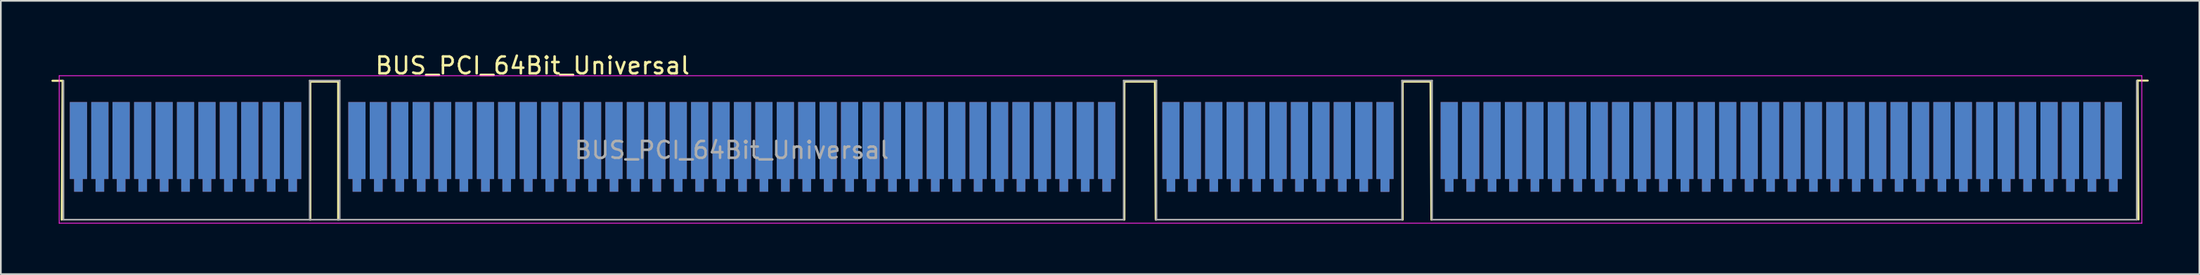
<source format=kicad_pcb>
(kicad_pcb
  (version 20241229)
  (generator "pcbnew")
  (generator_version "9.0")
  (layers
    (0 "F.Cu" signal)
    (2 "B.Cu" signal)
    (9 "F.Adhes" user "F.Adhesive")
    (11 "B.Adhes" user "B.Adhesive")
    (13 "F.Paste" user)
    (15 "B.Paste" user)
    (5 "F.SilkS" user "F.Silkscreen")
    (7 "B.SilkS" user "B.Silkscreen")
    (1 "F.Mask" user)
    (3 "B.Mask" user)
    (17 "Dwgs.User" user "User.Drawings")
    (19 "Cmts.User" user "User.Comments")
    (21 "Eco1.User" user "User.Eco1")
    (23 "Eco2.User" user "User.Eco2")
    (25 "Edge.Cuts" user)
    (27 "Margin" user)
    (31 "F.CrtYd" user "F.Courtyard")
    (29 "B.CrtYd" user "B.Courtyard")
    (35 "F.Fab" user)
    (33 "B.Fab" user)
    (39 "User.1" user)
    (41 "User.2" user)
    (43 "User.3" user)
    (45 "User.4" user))
  (footprint "BUS_PCI_64Bit_Universal"
    (layer "F.Cu")
    (at 40.33 6.628)
    (property "Reference" "BUS_PCI_64Bit_Universal" (at -11.81 -5.78 0) (layer "F.SilkS") (effects (font (size 1 1) (thickness 0.15))))
    (attr exclude_from_pos_files exclude_from_bom)
    (fp_line (start -40.27 -4.88) (end -39.67 -4.88) (stroke (width 0.12) (type solid)) (layer "F.SilkS"))
    (fp_line (start -39.67 -4.88) (end -39.72 3.37) (stroke (width 0.12) (type solid)) (layer "F.SilkS"))
    (fp_line (start -24.981 -4.83) (end -23.331 -4.83) (stroke (width 0.12) (type solid)) (layer "F.SilkS"))
    (fp_line (start -24.981 3.37) (end -24.981 -4.83) (stroke (width 0.12) (type solid)) (layer "F.SilkS"))
    (fp_line (start -23.331 -4.83) (end -23.331 3.37) (stroke (width 0.12) (type solid)) (layer "F.SilkS"))
    (fp_line (start 23.28 -4.83) (end 25.09 -4.83) (stroke (width 0.12) (type solid)) (layer "F.SilkS"))
    (fp_line (start 23.28 3.37) (end 23.28 -4.83) (stroke (width 0.12) (type solid)) (layer "F.SilkS"))
    (fp_line (start 25.09 -4.83) (end 25.14 3.37) (stroke (width 0.12) (type solid)) (layer "F.SilkS"))
    (fp_line (start 39.78 -4.83) (end 41.43 -4.83) (stroke (width 0.12) (type solid)) (layer "F.SilkS"))
    (fp_line (start 39.78 3.37) (end 39.78 -4.83) (stroke (width 0.12) (type solid)) (layer "F.SilkS"))
    (fp_line (start 41.43 -4.83) (end 41.48 3.37) (stroke (width 0.12) (type solid)) (layer "F.SilkS"))
    (fp_line (start 83.35 -4.89) (end 83.4 3.36) (stroke (width 0.12) (type solid)) (layer "F.SilkS"))
    (fp_line (start 83.95 -4.89) (end 83.35 -4.89) (stroke (width 0.12) (type solid)) (layer "F.SilkS"))
    (fp_line (start -39.87 -5.18) (end -39.87 3.58) (stroke (width 0.05) (type solid)) (layer "F.CrtYd"))
    (fp_line (start -39.87 -5.18) (end 83.6 -5.18) (stroke (width 0.05) (type solid)) (layer "F.CrtYd"))
    (fp_line (start 83.6 3.58) (end -39.87 3.58) (stroke (width 0.05) (type solid)) (layer "F.CrtYd"))
    (fp_line (start 83.6 3.58) (end 83.6 -5.18) (stroke (width 0.05) (type solid)) (layer "F.CrtYd"))
    (fp_line (start -39.62 -4.89) (end -39.62 3.37) (stroke (width 0.1) (type solid)) (layer "F.Fab"))
    (fp_line (start -39.62 3.37) (end 23.24 3.37) (stroke (width 0.1) (type solid)) (layer "F.Fab"))
    (fp_line (start -25.021 -4.89) (end -23.241 -4.89) (stroke (width 0.1) (type solid)) (layer "F.Fab"))
    (fp_line (start -25.021 3.37) (end -25.021 -4.89) (stroke (width 0.1) (type solid)) (layer "F.Fab"))
    (fp_line (start -23.241 -4.89) (end -23.241 3.37) (stroke (width 0.1) (type solid)) (layer "F.Fab"))
    (fp_line (start 23.24 -4.89) (end 25.18 -4.89) (stroke (width 0.1) (type solid)) (layer "F.Fab"))
    (fp_line (start 23.24 3.37) (end 23.24 -4.89) (stroke (width 0.1) (type solid)) (layer "F.Fab"))
    (fp_line (start 25.14 3.37) (end 39.74 3.37) (stroke (width 0.1) (type solid)) (layer "F.Fab"))
    (fp_line (start 25.18 -4.89) (end 25.18 3.37) (stroke (width 0.1) (type solid)) (layer "F.Fab"))
    (fp_line (start 39.74 -4.89) (end 41.52 -4.89) (stroke (width 0.1) (type solid)) (layer "F.Fab"))
    (fp_line (start 39.74 3.37) (end 39.74 -4.89) (stroke (width 0.1) (type solid)) (layer "F.Fab"))
    (fp_line (start 41.52 -4.89) (end 41.52 3.37) (stroke (width 0.1) (type solid)) (layer "F.Fab"))
    (fp_line (start 41.52 3.37) (end 83.3 3.37) (stroke (width 0.1) (type solid)) (layer "F.Fab"))
    (fp_line (start 83.3 -4.89) (end 83.3 3.37) (stroke (width 0.1) (type solid)) (layer "F.Fab"))
    (fp_text user "${REFERENCE}" (at 0 -0.76 0) (layer "F.Fab") (effects (font (size 1 1) (thickness 0.15))))
    (pad "A1" connect rect (at -38.73 -1.33) (size 1.02 4.57) (layers "B.Cu" "B.Mask"))
    (pad "A1" connect rect (at -38.73 1.33) (size 0.51 0.76) (layers "B.Cu" "B.Mask"))
    (pad "A2" connect rect (at -37.46 -1.33) (size 1.02 4.57) (layers "B.Cu" "B.Mask"))
    (pad "A2" connect rect (at -37.46 1.33) (size 0.51 0.76) (layers "B.Cu" "B.Mask"))
    (pad "A3" connect rect (at -36.2 -1.33) (size 1.02 4.57) (layers "B.Cu" "B.Mask"))
    (pad "A3" connect rect (at -36.2 1.33) (size 0.51 0.76) (layers "B.Cu" "B.Mask"))
    (pad "A4" connect rect (at -34.92 -1.33) (size 1.02 4.57) (layers "B.Cu" "B.Mask"))
    (pad "A4" connect rect (at -34.92 1.33) (size 0.51 0.76) (layers "B.Cu" "B.Mask"))
    (pad "A5" connect rect (at -33.65 -1.33) (size 1.02 4.57) (layers "B.Cu" "B.Mask"))
    (pad "A5" connect rect (at -33.65 1.33) (size 0.51 0.76) (layers "B.Cu" "B.Mask"))
    (pad "A6" connect rect (at -32.38 -1.33) (size 1.02 4.57) (layers "B.Cu" "B.Mask"))
    (pad "A6" connect rect (at -32.38 1.33) (size 0.51 0.76) (layers "B.Cu" "B.Mask"))
    (pad "A7" connect rect (at -31.11 -1.33) (size 1.02 4.57) (layers "B.Cu" "B.Mask"))
    (pad "A7" connect rect (at -31.11 1.33) (size 0.51 0.76) (layers "B.Cu" "B.Mask"))
    (pad "A8" connect rect (at -29.84 -1.33) (size 1.02 4.57) (layers "B.Cu" "B.Mask"))
    (pad "A8" connect rect (at -29.84 1.33) (size 0.51 0.76) (layers "B.Cu" "B.Mask"))
    (pad "A9" connect rect (at -28.57 -1.33) (size 1.02 4.57) (layers "B.Cu" "B.Mask"))
    (pad "A9" connect rect (at -28.57 1.33) (size 0.51 0.76) (layers "B.Cu" "B.Mask"))
    (pad "A10" connect rect (at -27.3 -1.33) (size 1.02 4.57) (layers "B.Cu" "B.Mask"))
    (pad "A10" connect rect (at -27.3 1.33) (size 0.51 0.76) (layers "B.Cu" "B.Mask"))
    (pad "A11" connect rect (at -26.03 -1.33) (size 1.02 4.57) (layers "B.Cu" "B.Mask"))
    (pad "A11" connect rect (at -26.03 1.33) (size 0.51 0.76) (layers "B.Cu" "B.Mask"))
    (pad "A14" connect rect (at -22.22 -1.33) (size 1.02 4.57) (layers "B.Cu" "B.Mask"))
    (pad "A14" connect rect (at -22.22 1.33) (size 0.51 0.76) (layers "B.Cu" "B.Mask"))
    (pad "A15" connect rect (at -20.95 -1.33) (size 1.02 4.57) (layers "B.Cu" "B.Mask"))
    (pad "A15" connect rect (at -20.95 1.33) (size 0.51 0.76) (layers "B.Cu" "B.Mask"))
    (pad "A16" connect rect (at -19.68 -1.33) (size 1.02 4.57) (layers "B.Cu" "B.Mask"))
    (pad "A16" connect rect (at -19.68 1.33) (size 0.51 0.76) (layers "B.Cu" "B.Mask"))
    (pad "A17" connect rect (at -18.41 -1.33) (size 1.02 4.57) (layers "B.Cu" "B.Mask"))
    (pad "A17" connect rect (at -18.41 1.33) (size 0.51 0.76) (layers "B.Cu" "B.Mask"))
    (pad "A18" connect rect (at -17.14 -1.33) (size 1.02 4.57) (layers "B.Cu" "B.Mask"))
    (pad "A18" connect rect (at -17.14 1.33) (size 0.51 0.76) (layers "B.Cu" "B.Mask"))
    (pad "A19" connect rect (at -15.88 -1.33) (size 1.02 4.57) (layers "B.Cu" "B.Mask"))
    (pad "A19" connect rect (at -15.88 1.33) (size 0.51 0.76) (layers "B.Cu" "B.Mask"))
    (pad "A20" connect rect (at -14.6 -1.33) (size 1.02 4.57) (layers "B.Cu" "B.Mask"))
    (pad "A20" connect rect (at -14.6 1.33) (size 0.51 0.76) (layers "B.Cu" "B.Mask"))
    (pad "A21" connect rect (at -13.34 -1.33) (size 1.02 4.57) (layers "B.Cu" "B.Mask"))
    (pad "A21" connect rect (at -13.34 1.33) (size 0.51 0.76) (layers "B.Cu" "B.Mask"))
    (pad "A22" connect rect (at -12.06 -1.33) (size 1.02 4.57) (layers "B.Cu" "B.Mask"))
    (pad "A22" connect rect (at -12.06 1.33) (size 0.51 0.76) (layers "B.Cu" "B.Mask"))
    (pad "A23" connect rect (at -10.79 -1.33) (size 1.02 4.57) (layers "B.Cu" "B.Mask"))
    (pad "A23" connect rect (at -10.79 1.33) (size 0.51 0.76) (layers "B.Cu" "B.Mask"))
    (pad "A24" connect rect (at -9.52 -1.33) (size 1.02 4.57) (layers "B.Cu" "B.Mask"))
    (pad "A24" connect rect (at -9.52 1.33) (size 0.51 0.76) (layers "B.Cu" "B.Mask"))
    (pad "A25" connect rect (at -8.25 -1.33) (size 1.02 4.57) (layers "B.Cu" "B.Mask"))
    (pad "A25" connect rect (at -8.25 1.33) (size 0.51 0.76) (layers "B.Cu" "B.Mask"))
    (pad "A26" connect rect (at -6.98 -1.33) (size 1.02 4.57) (layers "B.Cu" "B.Mask"))
    (pad "A26" connect rect (at -6.98 1.33) (size 0.51 0.76) (layers "B.Cu" "B.Mask"))
    (pad "A27" connect rect (at -5.71 -1.33) (size 1.02 4.57) (layers "B.Cu" "B.Mask"))
    (pad "A27" connect rect (at -5.71 1.33) (size 0.51 0.76) (layers "B.Cu" "B.Mask"))
    (pad "A28" connect rect (at -4.44 -1.33) (size 1.02 4.57) (layers "B.Cu" "B.Mask"))
    (pad "A28" connect rect (at -4.44 1.33) (size 0.51 0.76) (layers "B.Cu" "B.Mask"))
    (pad "A29" connect rect (at -3.17 -1.33) (size 1.02 4.57) (layers "B.Cu" "B.Mask"))
    (pad "A29" connect rect (at -3.17 1.33) (size 0.51 0.76) (layers "B.Cu" "B.Mask"))
    (pad "A30" connect rect (at -1.9 -1.33) (size 1.02 4.57) (layers "B.Cu" "B.Mask"))
    (pad "A30" connect rect (at -1.9 1.33) (size 0.51 0.76) (layers "B.Cu" "B.Mask"))
    (pad "A31" connect rect (at -0.63 -1.33) (size 1.02 4.57) (layers "B.Cu" "B.Mask"))
    (pad "A31" connect rect (at -0.63 1.33) (size 0.51 0.76) (layers "B.Cu" "B.Mask"))
    (pad "A32" connect rect (at 0.64 -1.33) (size 1.02 4.57) (layers "B.Cu" "B.Mask"))
    (pad "A32" connect rect (at 0.64 1.33) (size 0.51 0.76) (layers "B.Cu" "B.Mask"))
    (pad "A33" connect rect (at 1.91 -1.33) (size 1.02 4.57) (layers "B.Cu" "B.Mask"))
    (pad "A33" connect rect (at 1.91 1.33) (size 0.51 0.76) (layers "B.Cu" "B.Mask"))
    (pad "A34" connect rect (at 3.18 -1.33) (size 1.02 4.57) (layers "B.Cu" "B.Mask"))
    (pad "A34" connect rect (at 3.18 1.33) (size 0.51 0.76) (layers "B.Cu" "B.Mask"))
    (pad "A35" connect rect (at 4.45 -1.33) (size 1.02 4.57) (layers "B.Cu" "B.Mask"))
    (pad "A35" connect rect (at 4.45 1.33) (size 0.51 0.76) (layers "B.Cu" "B.Mask"))
    (pad "A36" connect rect (at 5.72 -1.33) (size 1.02 4.57) (layers "B.Cu" "B.Mask"))
    (pad "A36" connect rect (at 5.72 1.33) (size 0.51 0.76) (layers "B.Cu" "B.Mask"))
    (pad "A37" connect rect (at 6.99 -1.33) (size 1.02 4.57) (layers "B.Cu" "B.Mask"))
    (pad "A37" connect rect (at 6.99 1.33) (size 0.51 0.76) (layers "B.Cu" "B.Mask"))
    (pad "A38" connect rect (at 8.26 -1.33) (size 1.02 4.57) (layers "B.Cu" "B.Mask"))
    (pad "A38" connect rect (at 8.26 1.33) (size 0.51 0.76) (layers "B.Cu" "B.Mask"))
    (pad "A39" connect rect (at 9.53 -1.33) (size 1.02 4.57) (layers "B.Cu" "B.Mask"))
    (pad "A39" connect rect (at 9.53 1.33) (size 0.51 0.76) (layers "B.Cu" "B.Mask"))
    (pad "A40" connect rect (at 10.8 -1.33) (size 1.02 4.57) (layers "B.Cu" "B.Mask"))
    (pad "A40" connect rect (at 10.8 1.33) (size 0.51 0.76) (layers "B.Cu" "B.Mask"))
    (pad "A41" connect rect (at 12.07 -1.33) (size 1.02 4.57) (layers "B.Cu" "B.Mask"))
    (pad "A41" connect rect (at 12.07 1.33) (size 0.51 0.76) (layers "B.Cu" "B.Mask"))
    (pad "A42" connect rect (at 13.34 -1.33) (size 1.02 4.57) (layers "B.Cu" "B.Mask"))
    (pad "A42" connect rect (at 13.34 1.33) (size 0.51 0.76) (layers "B.Cu" "B.Mask"))
    (pad "A43" connect rect (at 14.61 -1.33) (size 1.02 4.57) (layers "B.Cu" "B.Mask"))
    (pad "A43" connect rect (at 14.61 1.33) (size 0.51 0.76) (layers "B.Cu" "B.Mask"))
    (pad "A44" connect rect (at 15.88 -1.33) (size 1.02 4.57) (layers "B.Cu" "B.Mask"))
    (pad "A44" connect rect (at 15.88 1.33) (size 0.51 0.76) (layers "B.Cu" "B.Mask"))
    (pad "A45" connect rect (at 17.15 -1.33) (size 1.02 4.57) (layers "B.Cu" "B.Mask"))
    (pad "A45" connect rect (at 17.15 1.33) (size 0.51 0.76) (layers "B.Cu" "B.Mask"))
    (pad "A46" connect rect (at 18.42 -1.33) (size 1.02 4.57) (layers "B.Cu" "B.Mask"))
    (pad "A46" connect rect (at 18.42 1.33) (size 0.51 0.76) (layers "B.Cu" "B.Mask"))
    (pad "A47" connect rect (at 19.69 -1.33) (size 1.02 4.57) (layers "B.Cu" "B.Mask"))
    (pad "A47" connect rect (at 19.69 1.33) (size 0.51 0.76) (layers "B.Cu" "B.Mask"))
    (pad "A48" connect rect (at 20.96 -1.33) (size 1.02 4.57) (layers "B.Cu" "B.Mask"))
    (pad "A48" connect rect (at 20.96 1.33) (size 0.51 0.76) (layers "B.Cu" "B.Mask"))
    (pad "A49" connect rect (at 22.23 -1.33) (size 1.02 4.57) (layers "B.Cu" "B.Mask"))
    (pad "A49" connect rect (at 22.23 1.33) (size 0.51 0.76) (layers "B.Cu" "B.Mask"))
    (pad "A52" connect rect (at 26.04 -1.33) (size 1.02 4.57) (layers "B.Cu" "B.Mask"))
    (pad "A52" connect rect (at 26.04 1.33) (size 0.51 0.76) (layers "B.Cu" "B.Mask"))
    (pad "A53" connect rect (at 27.31 -1.33) (size 1.02 4.57) (layers "B.Cu" "B.Mask"))
    (pad "A53" connect rect (at 27.31 1.33) (size 0.51 0.76) (layers "B.Cu" "B.Mask"))
    (pad "A54" connect rect (at 28.58 -1.33) (size 1.02 4.57) (layers "B.Cu" "B.Mask"))
    (pad "A54" connect rect (at 28.58 1.33) (size 0.51 0.76) (layers "B.Cu" "B.Mask"))
    (pad "A55" connect rect (at 29.85 -1.33) (size 1.02 4.57) (layers "B.Cu" "B.Mask"))
    (pad "A55" connect rect (at 29.85 1.33) (size 0.51 0.76) (layers "B.Cu" "B.Mask"))
    (pad "A56" connect rect (at 31.12 -1.33) (size 1.02 4.57) (layers "B.Cu" "B.Mask"))
    (pad "A56" connect rect (at 31.12 1.33) (size 0.51 0.76) (layers "B.Cu" "B.Mask"))
    (pad "A57" connect rect (at 32.39 -1.33) (size 1.02 4.57) (layers "B.Cu" "B.Mask"))
    (pad "A57" connect rect (at 32.39 1.33) (size 0.51 0.76) (layers "B.Cu" "B.Mask"))
    (pad "A58" connect rect (at 33.66 -1.33) (size 1.02 4.57) (layers "B.Cu" "B.Mask"))
    (pad "A58" connect rect (at 33.66 1.33) (size 0.51 0.76) (layers "B.Cu" "B.Mask"))
    (pad "A59" connect rect (at 34.93 -1.33) (size 1.02 4.57) (layers "B.Cu" "B.Mask"))
    (pad "A59" connect rect (at 34.93 1.33) (size 0.51 0.76) (layers "B.Cu" "B.Mask"))
    (pad "A60" connect rect (at 36.2 -1.33) (size 1.02 4.57) (layers "B.Cu" "B.Mask"))
    (pad "A60" connect rect (at 36.2 1.33) (size 0.51 0.76) (layers "B.Cu" "B.Mask"))
    (pad "A61" connect rect (at 37.47 -1.33) (size 1.02 4.57) (layers "B.Cu" "B.Mask"))
    (pad "A61" connect rect (at 37.47 1.33) (size 0.51 0.76) (layers "B.Cu" "B.Mask"))
    (pad "A62" connect rect (at 38.73 -1.33) (size 1.02 4.57) (layers "B.Cu" "B.Mask"))
    (pad "A62" connect rect (at 38.73 1.33) (size 0.51 0.76) (layers "B.Cu" "B.Mask"))
    (pad "A62" connect rect (at 38.73 1.33) (size 0.51 0.76) (layers "B.Cu" "B.Mask"))
    (pad "A63" connect rect (at 42.54 -1.33) (size 1.02 4.57) (layers "B.Cu" "B.Mask"))
    (pad "A63" connect rect (at 42.54 1.33) (size 0.51 0.76) (layers "B.Cu" "B.Mask"))
    (pad "A64" connect rect (at 43.81 -1.33) (size 1.02 4.57) (layers "B.Cu" "B.Mask"))
    (pad "A64" connect rect (at 43.81 1.33) (size 0.51 0.76) (layers "B.Cu" "B.Mask"))
    (pad "A65" connect rect (at 45.08 -1.33) (size 1.02 4.57) (layers "B.Cu" "B.Mask"))
    (pad "A65" connect rect (at 45.08 1.33) (size 0.51 0.76) (layers "B.Cu" "B.Mask"))
    (pad "A66" connect rect (at 46.35 -1.33) (size 1.02 4.57) (layers "B.Cu" "B.Mask"))
    (pad "A66" connect rect (at 46.35 1.33) (size 0.51 0.76) (layers "B.Cu" "B.Mask"))
    (pad "A67" connect rect (at 47.62 -1.33) (size 1.02 4.57) (layers "B.Cu" "B.Mask"))
    (pad "A67" connect rect (at 47.62 1.33) (size 0.51 0.76) (layers "B.Cu" "B.Mask"))
    (pad "A68" connect rect (at 48.89 -1.33) (size 1.02 4.57) (layers "B.Cu" "B.Mask"))
    (pad "A68" connect rect (at 48.89 1.33) (size 0.51 0.76) (layers "B.Cu" "B.Mask"))
    (pad "A69" connect rect (at 50.16 -1.33) (size 1.02 4.57) (layers "B.Cu" "B.Mask"))
    (pad "A69" connect rect (at 50.16 1.33) (size 0.51 0.76) (layers "B.Cu" "B.Mask"))
    (pad "A70" connect rect (at 51.43 -1.33) (size 1.02 4.57) (layers "B.Cu" "B.Mask"))
    (pad "A70" connect rect (at 51.43 1.33) (size 0.51 0.76) (layers "B.Cu" "B.Mask"))
    (pad "A71" connect rect (at 52.7 -1.33) (size 1.02 4.57) (layers "B.Cu" "B.Mask"))
    (pad "A71" connect rect (at 52.7 1.33) (size 0.51 0.76) (layers "B.Cu" "B.Mask"))
    (pad "A72" connect rect (at 53.97 -1.33) (size 1.02 4.57) (layers "B.Cu" "B.Mask"))
    (pad "A72" connect rect (at 53.97 1.33) (size 0.51 0.76) (layers "B.Cu" "B.Mask"))
    (pad "A73" connect rect (at 55.24 -1.33) (size 1.02 4.57) (layers "B.Cu" "B.Mask"))
    (pad "A73" connect rect (at 55.24 1.33) (size 0.51 0.76) (layers "B.Cu" "B.Mask"))
    (pad "A74" connect rect (at 56.51 -1.33) (size 1.02 4.57) (layers "B.Cu" "B.Mask"))
    (pad "A74" connect rect (at 56.51 1.33) (size 0.51 0.76) (layers "B.Cu" "B.Mask"))
    (pad "A75" connect rect (at 57.78 -1.33) (size 1.02 4.57) (layers "B.Cu" "B.Mask"))
    (pad "A75" connect rect (at 57.78 1.33) (size 0.51 0.76) (layers "B.Cu" "B.Mask"))
    (pad "A76" connect rect (at 59.05 -1.33) (size 1.02 4.57) (layers "B.Cu" "B.Mask"))
    (pad "A76" connect rect (at 59.05 1.33) (size 0.51 0.76) (layers "B.Cu" "B.Mask"))
    (pad "A77" connect rect (at 60.32 -1.33) (size 1.02 4.57) (layers "B.Cu" "B.Mask"))
    (pad "A77" connect rect (at 60.32 1.33) (size 0.51 0.76) (layers "B.Cu" "B.Mask"))
    (pad "A78" connect rect (at 61.59 -1.33) (size 1.02 4.57) (layers "B.Cu" "B.Mask"))
    (pad "A78" connect rect (at 61.59 1.33) (size 0.51 0.76) (layers "B.Cu" "B.Mask"))
    (pad "A79" connect rect (at 62.86 -1.33) (size 1.02 4.57) (layers "B.Cu" "B.Mask"))
    (pad "A79" connect rect (at 62.86 1.33) (size 0.51 0.76) (layers "B.Cu" "B.Mask"))
    (pad "A80" connect rect (at 64.13 -1.33) (size 1.02 4.57) (layers "B.Cu" "B.Mask"))
    (pad "A80" connect rect (at 64.13 1.33) (size 0.51 0.76) (layers "B.Cu" "B.Mask"))
    (pad "A81" connect rect (at 65.4 -1.33) (size 1.02 4.57) (layers "B.Cu" "B.Mask"))
    (pad "A81" connect rect (at 65.4 1.33) (size 0.51 0.76) (layers "B.Cu" "B.Mask"))
    (pad "A82" connect rect (at 66.67 -1.33) (size 1.02 4.57) (layers "B.Cu" "B.Mask"))
    (pad "A82" connect rect (at 66.67 1.33) (size 0.51 0.76) (layers "B.Cu" "B.Mask"))
    (pad "A83" connect rect (at 67.94 -1.33) (size 1.02 4.57) (layers "B.Cu" "B.Mask"))
    (pad "A83" connect rect (at 67.94 1.33) (size 0.51 0.76) (layers "B.Cu" "B.Mask"))
    (pad "A84" connect rect (at 69.21 -1.33) (size 1.02 4.57) (layers "B.Cu" "B.Mask"))
    (pad "A84" connect rect (at 69.21 1.33) (size 0.51 0.76) (layers "B.Cu" "B.Mask"))
    (pad "A85" connect rect (at 70.48 -1.33) (size 1.02 4.57) (layers "B.Cu" "B.Mask"))
    (pad "A85" connect rect (at 70.48 1.33) (size 0.51 0.76) (layers "B.Cu" "B.Mask"))
    (pad "A86" connect rect (at 71.75 -1.33) (size 1.02 4.57) (layers "B.Cu" "B.Mask"))
    (pad "A86" connect rect (at 71.75 1.33) (size 0.51 0.76) (layers "B.Cu" "B.Mask"))
    (pad "A87" connect rect (at 73.02 -1.33) (size 1.02 4.57) (layers "B.Cu" "B.Mask"))
    (pad "A87" connect rect (at 73.02 1.33) (size 0.51 0.76) (layers "B.Cu" "B.Mask"))
    (pad "A88" connect rect (at 74.29 -1.33) (size 1.02 4.57) (layers "B.Cu" "B.Mask"))
    (pad "A88" connect rect (at 74.29 1.33) (size 0.51 0.76) (layers "B.Cu" "B.Mask"))
    (pad "A89" connect rect (at 75.56 -1.33) (size 1.02 4.57) (layers "B.Cu" "B.Mask"))
    (pad "A89" connect rect (at 75.56 1.33) (size 0.51 0.76) (layers "B.Cu" "B.Mask"))
    (pad "A90" connect rect (at 76.83 -1.33) (size 1.02 4.57) (layers "B.Cu" "B.Mask"))
    (pad "A90" connect rect (at 76.83 1.33) (size 0.51 0.76) (layers "B.Cu" "B.Mask"))
    (pad "A91" connect rect (at 78.1 -1.33) (size 1.02 4.57) (layers "B.Cu" "B.Mask"))
    (pad "A91" connect rect (at 78.1 1.33) (size 0.51 0.76) (layers "B.Cu" "B.Mask"))
    (pad "A92" connect rect (at 79.37 -1.33) (size 1.02 4.57) (layers "B.Cu" "B.Mask"))
    (pad "A92" connect rect (at 79.37 1.33) (size 0.51 0.76) (layers "B.Cu" "B.Mask"))
    (pad "A93" connect rect (at 80.64 -1.33) (size 1.02 4.57) (layers "B.Cu" "B.Mask"))
    (pad "A93" connect rect (at 80.64 1.33) (size 0.51 0.76) (layers "B.Cu" "B.Mask"))
    (pad "A94" connect rect (at 81.91 -1.33) (size 1.02 4.57) (layers "B.Cu" "B.Mask"))
    (pad "A94" connect rect (at 81.91 1.33) (size 0.51 0.76) (layers "B.Cu" "B.Mask"))
    (pad "B1" connect rect (at -38.73 -1.33) (size 1.02 4.57) (layers "F.Cu" "F.Mask"))
    (pad "B1" connect rect (at -38.73 1.33) (size 0.51 0.76) (layers "F.Cu" "F.Mask"))
    (pad "B2" connect rect (at -37.46 -1.33) (size 1.02 4.57) (layers "F.Cu" "F.Mask"))
    (pad "B2" connect rect (at -37.46 1.33) (size 0.51 0.76) (layers "F.Cu" "F.Mask"))
    (pad "B3" connect rect (at -36.2 -1.33) (size 1.02 4.57) (layers "F.Cu" "F.Mask"))
    (pad "B3" connect rect (at -36.2 1.33) (size 0.51 0.76) (layers "F.Cu" "F.Mask"))
    (pad "B4" connect rect (at -34.92 -1.33) (size 1.02 4.57) (layers "F.Cu" "F.Mask"))
    (pad "B4" connect rect (at -34.92 1.33) (size 0.51 0.76) (layers "F.Cu" "F.Mask"))
    (pad "B5" connect rect (at -33.65 -1.33) (size 1.02 4.57) (layers "F.Cu" "F.Mask"))
    (pad "B5" connect rect (at -33.65 1.33) (size 0.51 0.76) (layers "F.Cu" "F.Mask"))
    (pad "B6" connect rect (at -32.38 -1.33) (size 1.02 4.57) (layers "F.Cu" "F.Mask"))
    (pad "B6" connect rect (at -32.38 1.33) (size 0.51 0.76) (layers "F.Cu" "F.Mask"))
    (pad "B7" connect rect (at -31.11 -1.33) (size 1.02 4.57) (layers "F.Cu" "F.Mask"))
    (pad "B7" connect rect (at -31.11 1.33) (size 0.51 0.76) (layers "F.Cu" "F.Mask"))
    (pad "B8" connect rect (at -29.84 -1.33) (size 1.02 4.57) (layers "F.Cu" "F.Mask"))
    (pad "B8" connect rect (at -29.84 1.33) (size 0.51 0.76) (layers "F.Cu" "F.Mask"))
    (pad "B9" connect rect (at -28.57 -1.33) (size 1.02 4.57) (layers "F.Cu" "F.Mask"))
    (pad "B9" connect rect (at -28.57 1.33) (size 0.51 0.76) (layers "F.Cu" "F.Mask"))
    (pad "B10" connect rect (at -27.3 -1.33) (size 1.02 4.57) (layers "F.Cu" "F.Mask"))
    (pad "B10" connect rect (at -27.3 1.33) (size 0.51 0.76) (layers "F.Cu" "F.Mask"))
    (pad "B11" connect rect (at -26.03 -1.33) (size 1.02 4.57) (layers "F.Cu" "F.Mask"))
    (pad "B11" connect rect (at -26.03 1.33) (size 0.51 0.76) (layers "F.Cu" "F.Mask"))
    (pad "B14" connect rect (at -22.22 -1.33) (size 1.02 4.57) (layers "F.Cu" "F.Mask"))
    (pad "B14" connect rect (at -22.22 1.33) (size 0.51 0.76) (layers "F.Cu" "F.Mask"))
    (pad "B15" connect rect (at -20.95 -1.33) (size 1.02 4.57) (layers "F.Cu" "F.Mask"))
    (pad "B15" connect rect (at -20.95 1.33) (size 0.51 0.76) (layers "F.Cu" "F.Mask"))
    (pad "B16" connect rect (at -19.68 -1.33) (size 1.02 4.57) (layers "F.Cu" "F.Mask"))
    (pad "B16" connect rect (at -19.68 1.33) (size 0.51 0.76) (layers "F.Cu" "F.Mask"))
    (pad "B17" connect rect (at -18.41 -1.33) (size 1.02 4.57) (layers "F.Cu" "F.Mask"))
    (pad "B17" connect rect (at -18.41 1.33) (size 0.51 0.76) (layers "F.Cu" "F.Mask"))
    (pad "B18" connect rect (at -17.14 -1.33) (size 1.02 4.57) (layers "F.Cu" "F.Mask"))
    (pad "B18" connect rect (at -17.14 1.33) (size 0.51 0.76) (layers "F.Cu" "F.Mask"))
    (pad "B19" connect rect (at -15.88 -1.33) (size 1.02 4.57) (layers "F.Cu" "F.Mask"))
    (pad "B19" connect rect (at -15.88 1.33) (size 0.51 0.76) (layers "F.Cu" "F.Mask"))
    (pad "B20" connect rect (at -14.6 -1.33) (size 1.02 4.57) (layers "F.Cu" "F.Mask"))
    (pad "B20" connect rect (at -14.6 1.33) (size 0.51 0.76) (layers "F.Cu" "F.Mask"))
    (pad "B21" connect rect (at -13.34 -1.33) (size 1.02 4.57) (layers "F.Cu" "F.Mask"))
    (pad "B21" connect rect (at -13.34 1.33) (size 0.51 0.76) (layers "F.Cu" "F.Mask"))
    (pad "B22" connect rect (at -12.06 -1.33) (size 1.02 4.57) (layers "F.Cu" "F.Mask"))
    (pad "B22" connect rect (at -12.06 1.33) (size 0.51 0.76) (layers "F.Cu" "F.Mask"))
    (pad "B23" connect rect (at -10.79 -1.33) (size 1.02 4.57) (layers "F.Cu" "F.Mask"))
    (pad "B23" connect rect (at -10.79 1.33) (size 0.51 0.76) (layers "F.Cu" "F.Mask"))
    (pad "B24" connect rect (at -9.52 -1.33) (size 1.02 4.57) (layers "F.Cu" "F.Mask"))
    (pad "B24" connect rect (at -9.52 1.33) (size 0.51 0.76) (layers "F.Cu" "F.Mask"))
    (pad "B25" connect rect (at -8.25 -1.33) (size 1.02 4.57) (layers "F.Cu" "F.Mask"))
    (pad "B25" connect rect (at -8.25 1.33) (size 0.51 0.76) (layers "F.Cu" "F.Mask"))
    (pad "B26" connect rect (at -6.98 -1.33) (size 1.02 4.57) (layers "F.Cu" "F.Mask"))
    (pad "B26" connect rect (at -6.98 1.33) (size 0.51 0.76) (layers "F.Cu" "F.Mask"))
    (pad "B27" connect rect (at -5.71 -1.33) (size 1.02 4.57) (layers "F.Cu" "F.Mask"))
    (pad "B27" connect rect (at -5.71 1.33) (size 0.51 0.76) (layers "F.Cu" "F.Mask"))
    (pad "B28" connect rect (at -4.44 -1.33) (size 1.02 4.57) (layers "F.Cu" "F.Mask"))
    (pad "B28" connect rect (at -4.44 1.33) (size 0.51 0.76) (layers "F.Cu" "F.Mask"))
    (pad "B29" connect rect (at -3.17 -1.33) (size 1.02 4.57) (layers "F.Cu" "F.Mask"))
    (pad "B29" connect rect (at -3.17 1.33) (size 0.51 0.76) (layers "F.Cu" "F.Mask"))
    (pad "B30" connect rect (at -1.9 -1.33) (size 1.02 4.57) (layers "F.Cu" "F.Mask"))
    (pad "B30" connect rect (at -1.9 1.33) (size 0.51 0.76) (layers "F.Cu" "F.Mask"))
    (pad "B31" connect rect (at -0.63 -1.33) (size 1.02 4.57) (layers "F.Cu" "F.Mask"))
    (pad "B31" connect rect (at -0.63 1.33) (size 0.51 0.76) (layers "F.Cu" "F.Mask"))
    (pad "B32" connect rect (at 0.64 -1.33) (size 1.02 4.57) (layers "F.Cu" "F.Mask"))
    (pad "B32" connect rect (at 0.64 1.33) (size 0.51 0.76) (layers "F.Cu" "F.Mask"))
    (pad "B33" connect rect (at 1.91 -1.33) (size 1.02 4.57) (layers "F.Cu" "F.Mask"))
    (pad "B33" connect rect (at 1.91 1.33) (size 0.51 0.76) (layers "F.Cu" "F.Mask"))
    (pad "B34" connect rect (at 3.18 -1.33) (size 1.02 4.57) (layers "F.Cu" "F.Mask"))
    (pad "B34" connect rect (at 3.18 1.33) (size 0.51 0.76) (layers "F.Cu" "F.Mask"))
    (pad "B35" connect rect (at 4.45 -1.33) (size 1.02 4.57) (layers "F.Cu" "F.Mask"))
    (pad "B35" connect rect (at 4.45 1.33) (size 0.51 0.76) (layers "F.Cu" "F.Mask"))
    (pad "B36" connect rect (at 5.72 -1.33) (size 1.02 4.57) (layers "F.Cu" "F.Mask"))
    (pad "B36" connect rect (at 5.72 1.33) (size 0.51 0.76) (layers "F.Cu" "F.Mask"))
    (pad "B37" connect rect (at 6.99 -1.33) (size 1.02 4.57) (layers "F.Cu" "F.Mask"))
    (pad "B37" connect rect (at 6.99 1.33) (size 0.51 0.76) (layers "F.Cu" "F.Mask"))
    (pad "B38" connect rect (at 8.26 -1.33) (size 1.02 4.57) (layers "F.Cu" "F.Mask"))
    (pad "B38" connect rect (at 8.26 1.33) (size 0.51 0.76) (layers "F.Cu" "F.Mask"))
    (pad "B39" connect rect (at 9.53 -1.33) (size 1.02 4.57) (layers "F.Cu" "F.Mask"))
    (pad "B39" connect rect (at 9.53 1.33) (size 0.51 0.76) (layers "F.Cu" "F.Mask"))
    (pad "B40" connect rect (at 10.8 -1.33) (size 1.02 4.57) (layers "F.Cu" "F.Mask"))
    (pad "B40" connect rect (at 10.8 1.33) (size 0.51 0.76) (layers "F.Cu" "F.Mask"))
    (pad "B41" connect rect (at 12.07 -1.33) (size 1.02 4.57) (layers "F.Cu" "F.Mask"))
    (pad "B41" connect rect (at 12.07 1.33) (size 0.51 0.76) (layers "F.Cu" "F.Mask"))
    (pad "B42" connect rect (at 13.34 -1.33) (size 1.02 4.57) (layers "F.Cu" "F.Mask"))
    (pad "B42" connect rect (at 13.34 1.33) (size 0.51 0.76) (layers "F.Cu" "F.Mask"))
    (pad "B43" connect rect (at 14.61 -1.33) (size 1.02 4.57) (layers "F.Cu" "F.Mask"))
    (pad "B43" connect rect (at 14.61 1.33) (size 0.51 0.76) (layers "F.Cu" "F.Mask"))
    (pad "B44" connect rect (at 15.88 -1.33) (size 1.02 4.57) (layers "F.Cu" "F.Mask"))
    (pad "B44" connect rect (at 15.88 1.33) (size 0.51 0.76) (layers "F.Cu" "F.Mask"))
    (pad "B45" connect rect (at 17.15 -1.33) (size 1.02 4.57) (layers "F.Cu" "F.Mask"))
    (pad "B45" connect rect (at 17.15 1.33) (size 0.51 0.76) (layers "F.Cu" "F.Mask"))
    (pad "B46" connect rect (at 18.42 -1.33) (size 1.02 4.57) (layers "F.Cu" "F.Mask"))
    (pad "B46" connect rect (at 18.42 1.33) (size 0.51 0.76) (layers "F.Cu" "F.Mask"))
    (pad "B47" connect rect (at 19.69 -1.33) (size 1.02 4.57) (layers "F.Cu" "F.Mask"))
    (pad "B47" connect rect (at 19.69 1.33) (size 0.51 0.76) (layers "F.Cu" "F.Mask"))
    (pad "B48" connect rect (at 20.96 -1.33) (size 1.02 4.57) (layers "F.Cu" "F.Mask"))
    (pad "B48" connect rect (at 20.96 1.33) (size 0.51 0.76) (layers "F.Cu" "F.Mask"))
    (pad "B49" connect rect (at 22.23 -1.33) (size 1.02 4.57) (layers "F.Cu" "F.Mask"))
    (pad "B49" connect rect (at 22.23 1.33) (size 0.51 0.76) (layers "F.Cu" "F.Mask"))
    (pad "B52" connect rect (at 26.04 -1.33) (size 1.02 4.57) (layers "F.Cu" "F.Mask"))
    (pad "B52" connect rect (at 26.04 1.33) (size 0.51 0.76) (layers "F.Cu" "F.Mask"))
    (pad "B53" connect rect (at 27.31 -1.33) (size 1.02 4.57) (layers "F.Cu" "F.Mask"))
    (pad "B53" connect rect (at 27.31 1.33) (size 0.51 0.76) (layers "F.Cu" "F.Mask"))
    (pad "B54" connect rect (at 28.58 -1.33) (size 1.02 4.57) (layers "F.Cu" "F.Mask"))
    (pad "B54" connect rect (at 28.58 1.33) (size 0.51 0.76) (layers "F.Cu" "F.Mask"))
    (pad "B55" connect rect (at 29.85 -1.33) (size 1.02 4.57) (layers "F.Cu" "F.Mask"))
    (pad "B55" connect rect (at 29.85 1.33) (size 0.51 0.76) (layers "F.Cu" "F.Mask"))
    (pad "B56" connect rect (at 31.12 -1.33) (size 1.02 4.57) (layers "F.Cu" "F.Mask"))
    (pad "B56" connect rect (at 31.12 1.33) (size 0.51 0.76) (layers "F.Cu" "F.Mask"))
    (pad "B57" connect rect (at 32.39 -1.33) (size 1.02 4.57) (layers "F.Cu" "F.Mask"))
    (pad "B57" connect rect (at 32.39 1.33) (size 0.51 0.76) (layers "F.Cu" "F.Mask"))
    (pad "B58" connect rect (at 33.66 -1.33) (size 1.02 4.57) (layers "F.Cu" "F.Mask"))
    (pad "B58" connect rect (at 33.66 1.33) (size 0.51 0.76) (layers "F.Cu" "F.Mask"))
    (pad "B59" connect rect (at 34.93 -1.33) (size 1.02 4.57) (layers "F.Cu" "F.Mask"))
    (pad "B59" connect rect (at 34.93 1.33) (size 0.51 0.76) (layers "F.Cu" "F.Mask"))
    (pad "B60" connect rect (at 36.2 -1.33) (size 1.02 4.57) (layers "F.Cu" "F.Mask"))
    (pad "B60" connect rect (at 36.2 1.33) (size 0.51 0.76) (layers "F.Cu" "F.Mask"))
    (pad "B61" connect rect (at 37.47 -1.33) (size 1.02 4.57) (layers "F.Cu" "F.Mask"))
    (pad "B61" connect rect (at 37.47 1.33) (size 0.51 0.76) (layers "F.Cu" "F.Mask"))
    (pad "B62" connect rect (at 38.73 -1.33) (size 1.02 4.57) (layers "F.Cu" "F.Mask"))
    (pad "B62" connect rect (at 38.73 1.33) (size 0.51 0.76) (layers "F.Cu" "F.Mask"))
    (pad "B62" connect rect (at 38.73 1.33) (size 0.51 0.76) (layers "F.Cu" "F.Mask"))
    (pad "B63" connect rect (at 42.54 -1.33) (size 1.02 4.57) (layers "F.Cu" "F.Mask"))
    (pad "B63" connect rect (at 42.54 1.33) (size 0.51 0.76) (layers "F.Cu" "F.Mask"))
    (pad "B64" connect rect (at 43.81 -1.33) (size 1.02 4.57) (layers "F.Cu" "F.Mask"))
    (pad "B64" connect rect (at 43.81 1.33) (size 0.51 0.76) (layers "F.Cu" "F.Mask"))
    (pad "B65" connect rect (at 45.08 -1.33) (size 1.02 4.57) (layers "F.Cu" "F.Mask"))
    (pad "B65" connect rect (at 45.08 1.33) (size 0.51 0.76) (layers "F.Cu" "F.Mask"))
    (pad "B66" connect rect (at 46.35 -1.33) (size 1.02 4.57) (layers "F.Cu" "F.Mask"))
    (pad "B66" connect rect (at 46.35 1.33) (size 0.51 0.76) (layers "F.Cu" "F.Mask"))
    (pad "B67" connect rect (at 47.62 -1.33) (size 1.02 4.57) (layers "F.Cu" "F.Mask"))
    (pad "B67" connect rect (at 47.62 1.33) (size 0.51 0.76) (layers "F.Cu" "F.Mask"))
    (pad "B68" connect rect (at 48.89 -1.33) (size 1.02 4.57) (layers "F.Cu" "F.Mask"))
    (pad "B68" connect rect (at 48.89 1.33) (size 0.51 0.76) (layers "F.Cu" "F.Mask"))
    (pad "B69" connect rect (at 50.16 -1.33) (size 1.02 4.57) (layers "F.Cu" "F.Mask"))
    (pad "B69" connect rect (at 50.16 1.33) (size 0.51 0.76) (layers "F.Cu" "F.Mask"))
    (pad "B70" connect rect (at 51.43 -1.33) (size 1.02 4.57) (layers "F.Cu" "F.Mask"))
    (pad "B70" connect rect (at 51.43 1.33) (size 0.51 0.76) (layers "F.Cu" "F.Mask"))
    (pad "B71" connect rect (at 52.7 -1.33) (size 1.02 4.57) (layers "F.Cu" "F.Mask"))
    (pad "B71" connect rect (at 52.7 1.33) (size 0.51 0.76) (layers "F.Cu" "F.Mask"))
    (pad "B72" connect rect (at 53.97 -1.33) (size 1.02 4.57) (layers "F.Cu" "F.Mask"))
    (pad "B72" connect rect (at 53.97 1.33) (size 0.51 0.76) (layers "F.Cu" "F.Mask"))
    (pad "B73" connect rect (at 55.24 -1.33) (size 1.02 4.57) (layers "F.Cu" "F.Mask"))
    (pad "B73" connect rect (at 55.24 1.33) (size 0.51 0.76) (layers "F.Cu" "F.Mask"))
    (pad "B74" connect rect (at 56.51 -1.33) (size 1.02 4.57) (layers "F.Cu" "F.Mask"))
    (pad "B74" connect rect (at 56.51 1.33) (size 0.51 0.76) (layers "F.Cu" "F.Mask"))
    (pad "B75" connect rect (at 57.78 -1.33) (size 1.02 4.57) (layers "F.Cu" "F.Mask"))
    (pad "B75" connect rect (at 57.78 1.33) (size 0.51 0.76) (layers "F.Cu" "F.Mask"))
    (pad "B76" connect rect (at 59.05 -1.33) (size 1.02 4.57) (layers "F.Cu" "F.Mask"))
    (pad "B76" connect rect (at 59.05 1.33) (size 0.51 0.76) (layers "F.Cu" "F.Mask"))
    (pad "B77" connect rect (at 60.32 -1.33) (size 1.02 4.57) (layers "F.Cu" "F.Mask"))
    (pad "B77" connect rect (at 60.32 1.33) (size 0.51 0.76) (layers "F.Cu" "F.Mask"))
    (pad "B78" connect rect (at 61.59 -1.33) (size 1.02 4.57) (layers "F.Cu" "F.Mask"))
    (pad "B78" connect rect (at 61.59 1.33) (size 0.51 0.76) (layers "F.Cu" "F.Mask"))
    (pad "B79" connect rect (at 62.86 -1.33) (size 1.02 4.57) (layers "F.Cu" "F.Mask"))
    (pad "B79" connect rect (at 62.86 1.33) (size 0.51 0.76) (layers "F.Cu" "F.Mask"))
    (pad "B80" connect rect (at 64.13 -1.33) (size 1.02 4.57) (layers "F.Cu" "F.Mask"))
    (pad "B80" connect rect (at 64.13 1.33) (size 0.51 0.76) (layers "F.Cu" "F.Mask"))
    (pad "B81" connect rect (at 65.4 -1.33) (size 1.02 4.57) (layers "F.Cu" "F.Mask"))
    (pad "B81" connect rect (at 65.4 1.33) (size 0.51 0.76) (layers "F.Cu" "F.Mask"))
    (pad "B82" connect rect (at 66.67 -1.33) (size 1.02 4.57) (layers "F.Cu" "F.Mask"))
    (pad "B82" connect rect (at 66.67 1.33) (size 0.51 0.76) (layers "F.Cu" "F.Mask"))
    (pad "B83" connect rect (at 67.94 -1.33) (size 1.02 4.57) (layers "F.Cu" "F.Mask"))
    (pad "B83" connect rect (at 67.94 1.33) (size 0.51 0.76) (layers "F.Cu" "F.Mask"))
    (pad "B84" connect rect (at 69.21 -1.33) (size 1.02 4.57) (layers "F.Cu" "F.Mask"))
    (pad "B84" connect rect (at 69.21 1.33) (size 0.51 0.76) (layers "F.Cu" "F.Mask"))
    (pad "B85" connect rect (at 70.48 -1.33) (size 1.02 4.57) (layers "F.Cu" "F.Mask"))
    (pad "B85" connect rect (at 70.48 1.33) (size 0.51 0.76) (layers "F.Cu" "F.Mask"))
    (pad "B86" connect rect (at 71.75 -1.33) (size 1.02 4.57) (layers "F.Cu" "F.Mask"))
    (pad "B86" connect rect (at 71.75 1.33) (size 0.51 0.76) (layers "F.Cu" "F.Mask"))
    (pad "B87" connect rect (at 73.02 -1.33) (size 1.02 4.57) (layers "F.Cu" "F.Mask"))
    (pad "B87" connect rect (at 73.02 1.33) (size 0.51 0.76) (layers "F.Cu" "F.Mask"))
    (pad "B88" connect rect (at 74.29 -1.33) (size 1.02 4.57) (layers "F.Cu" "F.Mask"))
    (pad "B88" connect rect (at 74.29 1.33) (size 0.51 0.76) (layers "F.Cu" "F.Mask"))
    (pad "B89" connect rect (at 75.56 -1.33) (size 1.02 4.57) (layers "F.Cu" "F.Mask"))
    (pad "B89" connect rect (at 75.56 1.33) (size 0.51 0.76) (layers "F.Cu" "F.Mask"))
    (pad "B90" connect rect (at 76.83 -1.33) (size 1.02 4.57) (layers "F.Cu" "F.Mask"))
    (pad "B90" connect rect (at 76.83 1.33) (size 0.51 0.76) (layers "F.Cu" "F.Mask"))
    (pad "B91" connect rect (at 78.1 -1.33) (size 1.02 4.57) (layers "F.Cu" "F.Mask"))
    (pad "B91" connect rect (at 78.1 1.33) (size 0.51 0.76) (layers "F.Cu" "F.Mask"))
    (pad "B92" connect rect (at 79.37 -1.33) (size 1.02 4.57) (layers "F.Cu" "F.Mask"))
    (pad "B92" connect rect (at 79.37 1.33) (size 0.51 0.76) (layers "F.Cu" "F.Mask"))
    (pad "B93" connect rect (at 80.64 -1.33) (size 1.02 4.57) (layers "F.Cu" "F.Mask"))
    (pad "B93" connect rect (at 80.64 1.33) (size 0.51 0.76) (layers "F.Cu" "F.Mask"))
    (pad "B94" connect rect (at 81.91 -1.33) (size 1.02 4.57) (layers "F.Cu" "F.Mask"))
    (pad "B94" connect rect (at 81.91 1.33) (size 0.51 0.76) (layers "F.Cu" "F.Mask")))
  (gr_rect
    (start -3 -3)
    (end 127.34 13.233)
    (stroke (width 0.1) (type default))
    (fill no)
    (layer "Edge.Cuts")))
</source>
